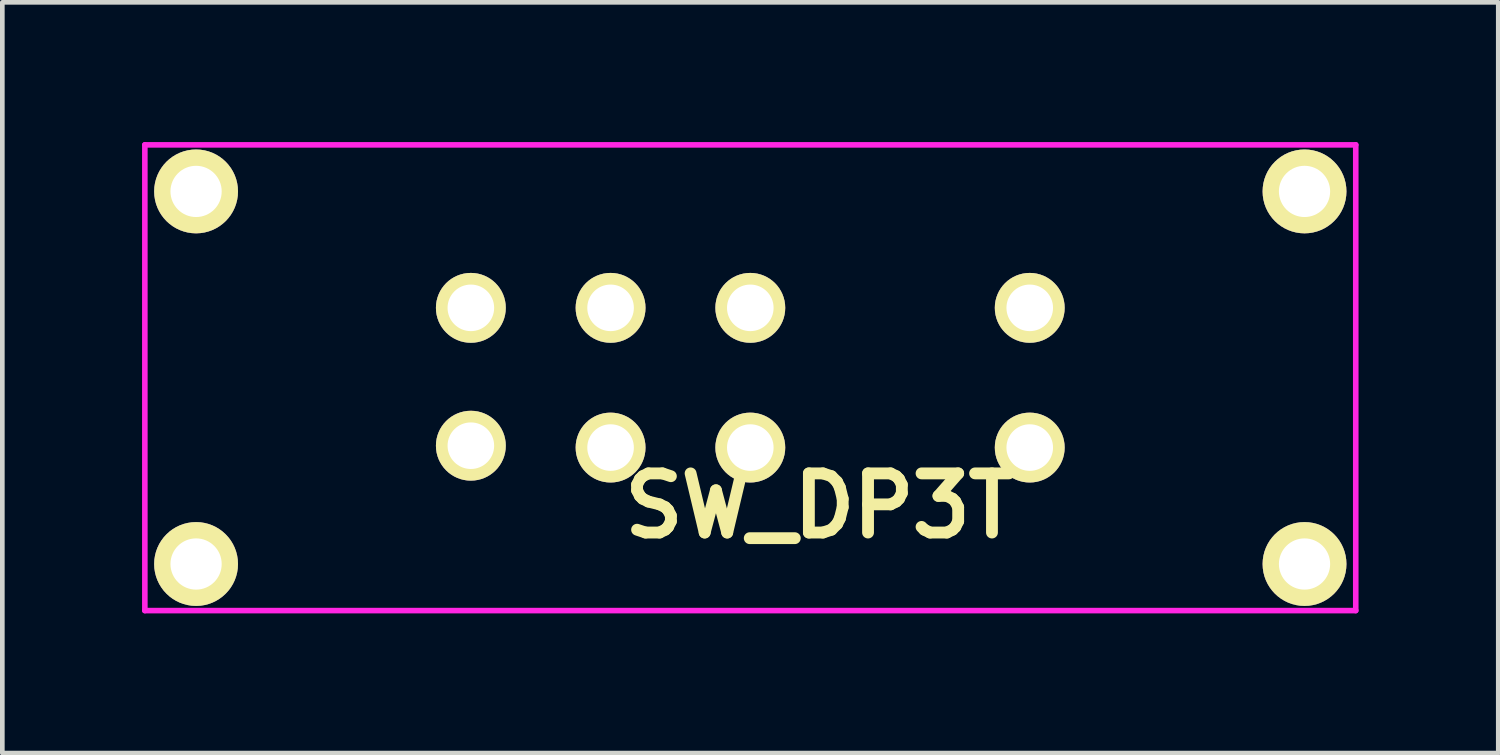
<source format=kicad_pcb>
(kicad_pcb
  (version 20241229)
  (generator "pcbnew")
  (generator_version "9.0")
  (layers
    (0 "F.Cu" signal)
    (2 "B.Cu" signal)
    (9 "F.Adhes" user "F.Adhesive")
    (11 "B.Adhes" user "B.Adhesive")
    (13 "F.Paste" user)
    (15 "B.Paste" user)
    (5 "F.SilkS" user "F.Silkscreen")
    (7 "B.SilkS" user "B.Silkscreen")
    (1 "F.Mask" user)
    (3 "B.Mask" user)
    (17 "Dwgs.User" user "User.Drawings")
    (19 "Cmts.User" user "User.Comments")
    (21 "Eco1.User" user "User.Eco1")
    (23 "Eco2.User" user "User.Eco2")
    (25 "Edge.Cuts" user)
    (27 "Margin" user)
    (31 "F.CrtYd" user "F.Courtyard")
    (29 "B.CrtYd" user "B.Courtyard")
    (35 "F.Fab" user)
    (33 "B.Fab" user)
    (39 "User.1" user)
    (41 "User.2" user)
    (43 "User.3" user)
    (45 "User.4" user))
  (footprint "SW_DP3T"
    (layer "F.Cu")
    (at 7.06 6.56)
    (property "Reference" "SW_DP3T" (at 7.5 1.25 0) (layer "F.SilkS") (effects (font (size 1.27 1.27) (thickness 0.254))))
    (attr through_hole)
    (fp_line (start -7 -6.5) (end 19 -6.5) (stroke (width 0.12) (type solid)) (layer "F.CrtYd"))
    (fp_line (start -7 3.5) (end -7 -6.5) (stroke (width 0.12) (type solid)) (layer "F.CrtYd"))
    (fp_line (start 19 -6.5) (end 19 3.5) (stroke (width 0.12) (type solid)) (layer "F.CrtYd"))
    (fp_line (start 19 3.5) (end -7 3.5) (stroke (width 0.12) (type solid)) (layer "F.CrtYd"))
    (pad "" thru_hole circle (at -5.9 -5.5 90) (size 1.8 1.8) (drill 1.1) (layers "*.Cu" "*.Mask" "F.SilkS"))
    (pad "" thru_hole circle (at -5.9 2.5 90) (size 1.8 1.8) (drill 1.1) (layers "*.Cu" "*.Mask" "F.SilkS"))
    (pad "" thru_hole circle (at 17.9 -5.5 90) (size 1.8 1.8) (drill 1.1) (layers "*.Cu" "*.Mask" "F.SilkS"))
    (pad "" thru_hole circle (at 17.9 2.5 90) (size 1.8 1.8) (drill 1.1) (layers "*.Cu" "*.Mask" "F.SilkS"))
    (pad "1" thru_hole circle (at 0 -0.04 90) (size 1.5 1.5) (drill 1) (layers "*.Cu" "*.Mask" "F.SilkS"))
    (pad "2" thru_hole circle (at 3 0 90) (size 1.5 1.5) (drill 1) (layers "*.Cu" "*.Mask" "F.SilkS"))
    (pad "3" thru_hole circle (at 6 0 90) (size 1.5 1.5) (drill 1) (layers "*.Cu" "*.Mask" "F.SilkS"))
    (pad "4" thru_hole circle (at 12 0 90) (size 1.5 1.5) (drill 1) (layers "*.Cu" "*.Mask" "F.SilkS"))
    (pad "5" thru_hole circle (at 0 -3 90) (size 1.5 1.5) (drill 1) (layers "*.Cu" "*.Mask" "F.SilkS"))
    (pad "6" thru_hole circle (at 3 -3 90) (size 1.5 1.5) (drill 1) (layers "*.Cu" "*.Mask" "F.SilkS"))
    (pad "7" thru_hole circle (at 6 -3 90) (size 1.5 1.5) (drill 1) (layers "*.Cu" "*.Mask" "F.SilkS"))
    (pad "8" thru_hole circle (at 12 -3 90) (size 1.5 1.5) (drill 1) (layers "*.Cu" "*.Mask" "F.SilkS")))
  (gr_rect
    (start -3 -3)
    (end 29.12 13.12)
    (stroke (width 0.1) (type default))
    (fill no)
    (layer "Edge.Cuts")))
</source>
